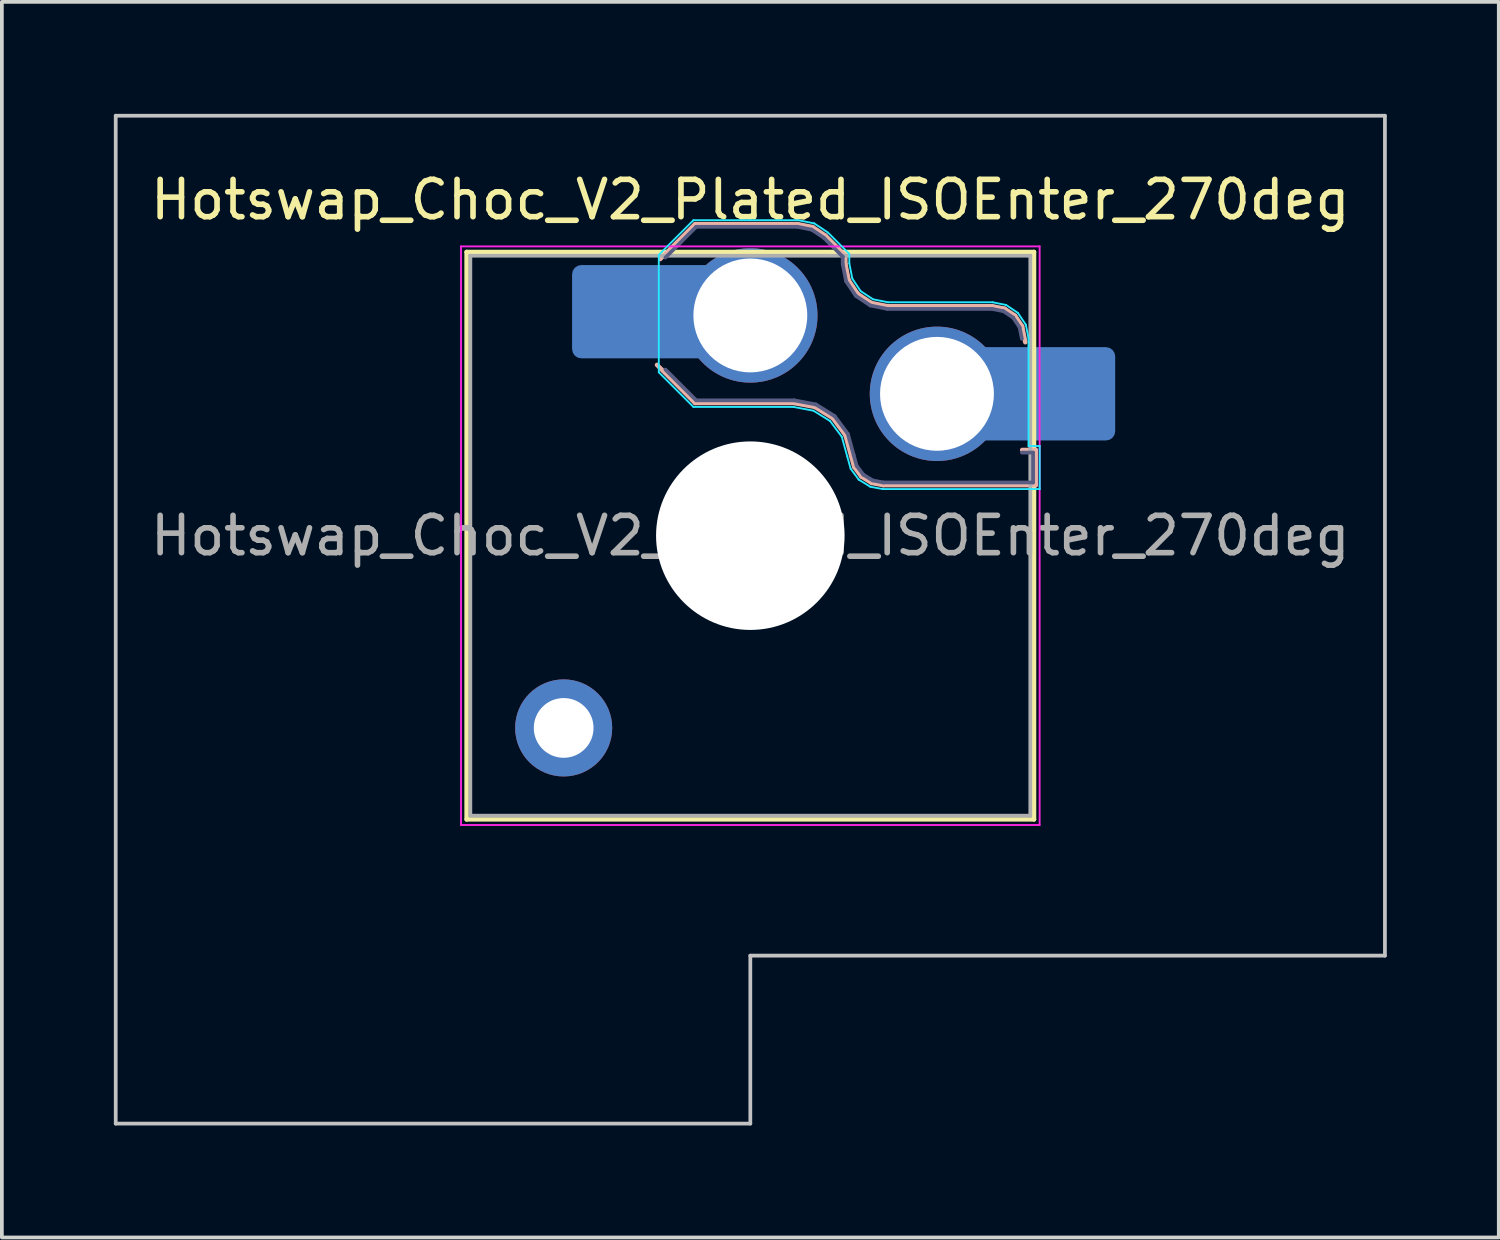
<source format=kicad_pcb>
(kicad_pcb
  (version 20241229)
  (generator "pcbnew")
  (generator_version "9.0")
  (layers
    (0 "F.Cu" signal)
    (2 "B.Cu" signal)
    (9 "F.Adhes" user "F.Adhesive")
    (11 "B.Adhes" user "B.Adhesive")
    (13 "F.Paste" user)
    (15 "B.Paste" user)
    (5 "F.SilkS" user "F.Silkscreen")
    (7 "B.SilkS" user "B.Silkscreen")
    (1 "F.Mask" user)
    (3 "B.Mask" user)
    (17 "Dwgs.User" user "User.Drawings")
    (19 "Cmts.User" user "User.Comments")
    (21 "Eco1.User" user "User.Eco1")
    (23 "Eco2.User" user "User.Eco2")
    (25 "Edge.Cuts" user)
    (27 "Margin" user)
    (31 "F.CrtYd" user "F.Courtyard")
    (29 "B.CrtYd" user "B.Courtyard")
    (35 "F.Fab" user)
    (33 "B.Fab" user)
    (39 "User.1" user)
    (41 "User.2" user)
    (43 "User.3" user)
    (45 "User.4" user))
  (footprint "Hotswap_Choc_V2_Plated_ISOEnter_270deg"
    (layer "F.Cu")
    (at 17.05 11.3)
    (property "Reference" "Hotswap_Choc_V2_Plated_ISOEnter_270deg" (at 0 -9 0) (layer "F.SilkS") (effects (font (size 1 1) (thickness 0.15))))
    (attr smd allow_soldermask_bridges)
    (fp_line (start -7.6 -7.6) (end -7.6 7.6) (stroke (width 0.12) (type solid)) (layer "F.SilkS"))
    (fp_line (start -7.6 7.6) (end 7.6 7.6) (stroke (width 0.12) (type solid)) (layer "F.SilkS"))
    (fp_line (start 7.6 -7.6) (end -7.6 -7.6) (stroke (width 0.12) (type solid)) (layer "F.SilkS"))
    (fp_line (start 7.6 7.6) (end 7.6 -7.6) (stroke (width 0.12) (type solid)) (layer "F.SilkS"))
    (fp_line (start -2.416 -7.409) (end -1.479 -8.346) (stroke (width 0.12) (type solid)) (layer "B.SilkS"))
    (fp_line (start -1.479 -8.346) (end 1.268 -8.346) (stroke (width 0.12) (type solid)) (layer "B.SilkS"))
    (fp_line (start -1.479 -3.554) (end -2.5 -4.575) (stroke (width 0.12) (type solid)) (layer "B.SilkS"))
    (fp_line (start 1.168 -3.554) (end -1.479 -3.554) (stroke (width 0.12) (type solid)) (layer "B.SilkS"))
    (fp_line (start 1.268 -8.346) (end 1.671 -8.266) (stroke (width 0.12) (type solid)) (layer "B.SilkS"))
    (fp_line (start 1.671 -8.266) (end 2.013 -8.037) (stroke (width 0.12) (type solid)) (layer "B.SilkS"))
    (fp_line (start 1.73 -3.449) (end 1.168 -3.554) (stroke (width 0.12) (type solid)) (layer "B.SilkS"))
    (fp_line (start 2.013 -8.037) (end 2.546 -7.504) (stroke (width 0.12) (type solid)) (layer "B.SilkS"))
    (fp_line (start 2.209 -3.15) (end 1.73 -3.449) (stroke (width 0.12) (type solid)) (layer "B.SilkS"))
    (fp_line (start 2.546 -7.504) (end 2.546 -7.282) (stroke (width 0.12) (type solid)) (layer "B.SilkS"))
    (fp_line (start 2.546 -7.282) (end 2.633 -6.844) (stroke (width 0.12) (type solid)) (layer "B.SilkS"))
    (fp_line (start 2.547 -2.697) (end 2.209 -3.15) (stroke (width 0.12) (type solid)) (layer "B.SilkS"))
    (fp_line (start 2.633 -6.844) (end 2.877 -6.477) (stroke (width 0.12) (type solid)) (layer "B.SilkS"))
    (fp_line (start 2.701 -2.139) (end 2.547 -2.697) (stroke (width 0.12) (type solid)) (layer "B.SilkS"))
    (fp_line (start 2.783 -1.841) (end 2.701 -2.139) (stroke (width 0.12) (type solid)) (layer "B.SilkS"))
    (fp_line (start 2.877 -6.477) (end 3.244 -6.233) (stroke (width 0.12) (type solid)) (layer "B.SilkS"))
    (fp_line (start 2.976 -1.583) (end 2.783 -1.841) (stroke (width 0.12) (type solid)) (layer "B.SilkS"))
    (fp_line (start 3.244 -6.233) (end 3.682 -6.146) (stroke (width 0.12) (type solid)) (layer "B.SilkS"))
    (fp_line (start 3.25 -1.413) (end 2.976 -1.583) (stroke (width 0.12) (type solid)) (layer "B.SilkS"))
    (fp_line (start 3.56 -1.354) (end 3.25 -1.413) (stroke (width 0.12) (type solid)) (layer "B.SilkS"))
    (fp_line (start 3.682 -6.146) (end 6.482 -6.146) (stroke (width 0.12) (type solid)) (layer "B.SilkS"))
    (fp_line (start 6.482 -6.146) (end 6.809 -6.081) (stroke (width 0.12) (type solid)) (layer "B.SilkS"))
    (fp_line (start 6.809 -6.081) (end 7.092 -5.892) (stroke (width 0.12) (type solid)) (layer "B.SilkS"))
    (fp_line (start 7.092 -5.892) (end 7.281 -5.609) (stroke (width 0.12) (type solid)) (layer "B.SilkS"))
    (fp_line (start 7.281 -5.609) (end 7.366 -5.182) (stroke (width 0.12) (type solid)) (layer "B.SilkS"))
    (fp_line (start 7.283 -2.296) (end 7.646 -2.296) (stroke (width 0.12) (type solid)) (layer "B.SilkS"))
    (fp_line (start 7.646 -2.296) (end 7.646 -1.354) (stroke (width 0.12) (type solid)) (layer "B.SilkS"))
    (fp_line (start 7.646 -1.354) (end 3.56 -1.354) (stroke (width 0.12) (type solid)) (layer "B.SilkS"))
    (fp_line (start -17 -11.25) (end -17 15.75) (stroke (width 0.1) (type solid)) (layer "Dwgs.User"))
    (fp_line (start -17 15.75) (end 0 15.75) (stroke (width 0.1) (type solid)) (layer "Dwgs.User"))
    (fp_line (start 0 11.25) (end 17 11.25) (stroke (width 0.1) (type solid)) (layer "Dwgs.User"))
    (fp_line (start 0 15.75) (end 0 11.25) (stroke (width 0.1) (type solid)) (layer "Dwgs.User"))
    (fp_line (start 17 -11.25) (end -17 -11.25) (stroke (width 0.1) (type solid)) (layer "Dwgs.User"))
    (fp_line (start 17 11.25) (end 17 -11.25) (stroke (width 0.1) (type solid)) (layer "Dwgs.User"))
    (fp_line (start -7.25 -7.25) (end -7.25 7.25) (stroke (width 0.1) (type solid)) (layer "Eco1.User"))
    (fp_line (start -7.25 7.25) (end 7.25 7.25) (stroke (width 0.1) (type solid)) (layer "Eco1.User"))
    (fp_line (start 7.25 -7.25) (end -7.25 -7.25) (stroke (width 0.1) (type solid)) (layer "Eco1.User"))
    (fp_line (start 7.25 7.25) (end 7.25 -7.25) (stroke (width 0.1) (type solid)) (layer "Eco1.User"))
    (fp_line (start -2.452 -7.523) (end -1.523 -8.452) (stroke (width 0.05) (type solid)) (layer "B.CrtYd"))
    (fp_line (start -2.452 -4.377) (end -2.452 -7.523) (stroke (width 0.05) (type solid)) (layer "B.CrtYd"))
    (fp_line (start -1.523 -8.452) (end 1.278 -8.452) (stroke (width 0.05) (type solid)) (layer "B.CrtYd"))
    (fp_line (start -1.523 -3.448) (end -2.452 -4.377) (stroke (width 0.05) (type solid)) (layer "B.CrtYd"))
    (fp_line (start 1.159 -3.448) (end -1.523 -3.448) (stroke (width 0.05) (type solid)) (layer "B.CrtYd"))
    (fp_line (start 1.278 -8.452) (end 1.712 -8.366) (stroke (width 0.05) (type solid)) (layer "B.CrtYd"))
    (fp_line (start 1.691 -3.348) (end 1.159 -3.448) (stroke (width 0.05) (type solid)) (layer "B.CrtYd"))
    (fp_line (start 1.712 -8.366) (end 2.081 -8.119) (stroke (width 0.05) (type solid)) (layer "B.CrtYd"))
    (fp_line (start 2.081 -8.119) (end 2.652 -7.548) (stroke (width 0.05) (type solid)) (layer "B.CrtYd"))
    (fp_line (start 2.136 -3.071) (end 1.691 -3.348) (stroke (width 0.05) (type solid)) (layer "B.CrtYd"))
    (fp_line (start 2.45 -2.65) (end 2.136 -3.071) (stroke (width 0.05) (type solid)) (layer "B.CrtYd"))
    (fp_line (start 2.599 -2.111) (end 2.45 -2.65) (stroke (width 0.05) (type solid)) (layer "B.CrtYd"))
    (fp_line (start 2.652 -7.548) (end 2.652 -7.292) (stroke (width 0.05) (type solid)) (layer "B.CrtYd"))
    (fp_line (start 2.652 -7.292) (end 2.733 -6.885) (stroke (width 0.05) (type solid)) (layer "B.CrtYd"))
    (fp_line (start 2.687 -1.794) (end 2.599 -2.111) (stroke (width 0.05) (type solid)) (layer "B.CrtYd"))
    (fp_line (start 2.733 -6.885) (end 2.953 -6.553) (stroke (width 0.05) (type solid)) (layer "B.CrtYd"))
    (fp_line (start 2.903 -1.503) (end 2.687 -1.794) (stroke (width 0.05) (type solid)) (layer "B.CrtYd"))
    (fp_line (start 2.953 -6.553) (end 3.285 -6.333) (stroke (width 0.05) (type solid)) (layer "B.CrtYd"))
    (fp_line (start 3.211 -1.312) (end 2.903 -1.503) (stroke (width 0.05) (type solid)) (layer "B.CrtYd"))
    (fp_line (start 3.285 -6.333) (end 3.692 -6.252) (stroke (width 0.05) (type solid)) (layer "B.CrtYd"))
    (fp_line (start 3.55 -1.248) (end 3.211 -1.312) (stroke (width 0.05) (type solid)) (layer "B.CrtYd"))
    (fp_line (start 3.692 -6.252) (end 6.492 -6.252) (stroke (width 0.05) (type solid)) (layer "B.CrtYd"))
    (fp_line (start 6.492 -6.252) (end 6.85 -6.181) (stroke (width 0.05) (type solid)) (layer "B.CrtYd"))
    (fp_line (start 6.85 -6.181) (end 7.168 -5.968) (stroke (width 0.05) (type solid)) (layer "B.CrtYd"))
    (fp_line (start 7.168 -5.968) (end 7.381 -5.65) (stroke (width 0.05) (type solid)) (layer "B.CrtYd"))
    (fp_line (start 7.381 -5.65) (end 7.452 -5.292) (stroke (width 0.05) (type solid)) (layer "B.CrtYd"))
    (fp_line (start 7.452 -5.292) (end 7.452 -2.402) (stroke (width 0.05) (type solid)) (layer "B.CrtYd"))
    (fp_line (start 7.452 -2.402) (end 7.752 -2.402) (stroke (width 0.05) (type solid)) (layer "B.CrtYd"))
    (fp_line (start 7.752 -2.402) (end 7.752 -1.248) (stroke (width 0.05) (type solid)) (layer "B.CrtYd"))
    (fp_line (start 7.752 -1.248) (end 3.55 -1.248) (stroke (width 0.05) (type solid)) (layer "B.CrtYd"))
    (fp_line (start -7.75 -7.75) (end -7.75 7.75) (stroke (width 0.05) (type solid)) (layer "F.CrtYd"))
    (fp_line (start -7.75 7.75) (end 7.75 7.75) (stroke (width 0.05) (type solid)) (layer "F.CrtYd"))
    (fp_line (start 7.75 -7.75) (end -7.75 -7.75) (stroke (width 0.05) (type solid)) (layer "F.CrtYd"))
    (fp_line (start 7.75 7.75) (end 7.75 -7.75) (stroke (width 0.05) (type solid)) (layer "F.CrtYd"))
    (fp_line (start -2.275 -7.45) (end -1.45 -8.275) (stroke (width 0.1) (type solid)) (layer "B.Fab"))
    (fp_line (start -1.45 -8.275) (end 1.261 -8.275) (stroke (width 0.1) (type solid)) (layer "B.Fab"))
    (fp_line (start -1.45 -3.625) (end -2.275 -4.45) (stroke (width 0.1) (type solid)) (layer "B.Fab"))
    (fp_line (start 1.175 -3.625) (end -1.45 -3.625) (stroke (width 0.1) (type solid)) (layer "B.Fab"))
    (fp_line (start 1.261 -8.275) (end 1.643 -8.199) (stroke (width 0.1) (type solid)) (layer "B.Fab"))
    (fp_line (start 1.643 -8.199) (end 1.968 -7.982) (stroke (width 0.1) (type solid)) (layer "B.Fab"))
    (fp_line (start 1.756 -3.516) (end 1.175 -3.625) (stroke (width 0.1) (type solid)) (layer "B.Fab"))
    (fp_line (start 1.968 -7.982) (end 2.475 -7.475) (stroke (width 0.1) (type solid)) (layer "B.Fab"))
    (fp_line (start 2.258 -3.203) (end 1.756 -3.516) (stroke (width 0.1) (type solid)) (layer "B.Fab"))
    (fp_line (start 2.475 -7.475) (end 2.475 -7.275) (stroke (width 0.1) (type solid)) (layer "B.Fab"))
    (fp_line (start 2.475 -7.275) (end 2.566 -6.816) (stroke (width 0.1) (type solid)) (layer "B.Fab"))
    (fp_line (start 2.566 -6.816) (end 2.826 -6.426) (stroke (width 0.1) (type solid)) (layer "B.Fab"))
    (fp_line (start 2.612 -2.729) (end 2.258 -3.203) (stroke (width 0.1) (type solid)) (layer "B.Fab"))
    (fp_line (start 2.769 -2.158) (end 2.612 -2.729) (stroke (width 0.1) (type solid)) (layer "B.Fab"))
    (fp_line (start 2.826 -6.426) (end 3.216 -6.166) (stroke (width 0.1) (type solid)) (layer "B.Fab"))
    (fp_line (start 2.848 -1.873) (end 2.769 -2.158) (stroke (width 0.1) (type solid)) (layer "B.Fab"))
    (fp_line (start 3.025 -1.636) (end 2.848 -1.873) (stroke (width 0.1) (type solid)) (layer "B.Fab"))
    (fp_line (start 3.216 -6.166) (end 3.675 -6.075) (stroke (width 0.1) (type solid)) (layer "B.Fab"))
    (fp_line (start 3.276 -1.48) (end 3.025 -1.636) (stroke (width 0.1) (type solid)) (layer "B.Fab"))
    (fp_line (start 3.567 -1.425) (end 3.276 -1.48) (stroke (width 0.1) (type solid)) (layer "B.Fab"))
    (fp_line (start 3.675 -6.075) (end 6.475 -6.075) (stroke (width 0.1) (type solid)) (layer "B.Fab"))
    (fp_line (start 6.475 -6.075) (end 6.781 -6.014) (stroke (width 0.1) (type solid)) (layer "B.Fab"))
    (fp_line (start 6.781 -6.014) (end 7.041 -5.841) (stroke (width 0.1) (type solid)) (layer "B.Fab"))
    (fp_line (start 7.041 -5.841) (end 7.214 -5.581) (stroke (width 0.1) (type solid)) (layer "B.Fab"))
    (fp_line (start 7.214 -5.581) (end 7.275 -5.275) (stroke (width 0.1) (type solid)) (layer "B.Fab"))
    (fp_line (start 7.275 -2.225) (end 7.575 -2.225) (stroke (width 0.1) (type solid)) (layer "B.Fab"))
    (fp_line (start 7.575 -2.225) (end 7.575 -1.425) (stroke (width 0.1) (type solid)) (layer "B.Fab"))
    (fp_line (start 7.575 -1.425) (end 3.567 -1.425) (stroke (width 0.1) (type solid)) (layer "B.Fab"))
    (fp_line (start -7.5 -7.5) (end -7.5 7.5) (stroke (width 0.1) (type solid)) (layer "F.Fab"))
    (fp_line (start -7.5 7.5) (end 7.5 7.5) (stroke (width 0.1) (type solid)) (layer "F.Fab"))
    (fp_line (start 7.5 -7.5) (end -7.5 -7.5) (stroke (width 0.1) (type solid)) (layer "F.Fab"))
    (fp_line (start 7.5 7.5) (end 7.5 -7.5) (stroke (width 0.1) (type solid)) (layer "F.Fab"))
    (fp_text user "${REFERENCE}" (at 0 0 0) (layer "F.Fab") (effects (font (size 1 1) (thickness 0.15))))
    (pad "" thru_hole circle (at -5 5.15) (size 2.6 2.6) (drill 1.6) (layers "*.Cu" "*.Mask"))
    (pad "" smd roundrect (at -3.5 -6) (size 2.55 2.5) (layers "B.Mask" "B.Paste") (roundrect_rratio 0.1))
    (pad "" np_thru_hole circle (at 0 0) (size 5.05 5.05) (drill 5.05) (layers "*.Cu" "*.Mask"))
    (pad "" smd roundrect (at 8.5 -3.8) (size 2.55 2.5) (layers "B.Mask" "B.Paste") (roundrect_rratio 0.1))
    (pad "1" smd roundrect (at -2.85 -6) (size 3.85 2.5) (layers "B.Cu") (roundrect_rratio 0.1))
    (pad "1" thru_hole circle (at 0 -5.9) (size 3.6 3.6) (drill 3.05) (layers "*.Cu" "*.Mask"))
    (pad "2" thru_hole circle (at 5 -3.8) (size 3.6 3.6) (drill 3.05) (layers "*.Cu" "*.Mask"))
    (pad "2" smd roundrect (at 7.85 -3.8) (size 3.85 2.5) (layers "B.Cu") (roundrect_rratio 0.1)))
  (gr_rect
    (start -3 -3)
    (end 37.1 30.1)
    (stroke (width 0.1) (type default))
    (fill no)
    (layer "Edge.Cuts")))
</source>
